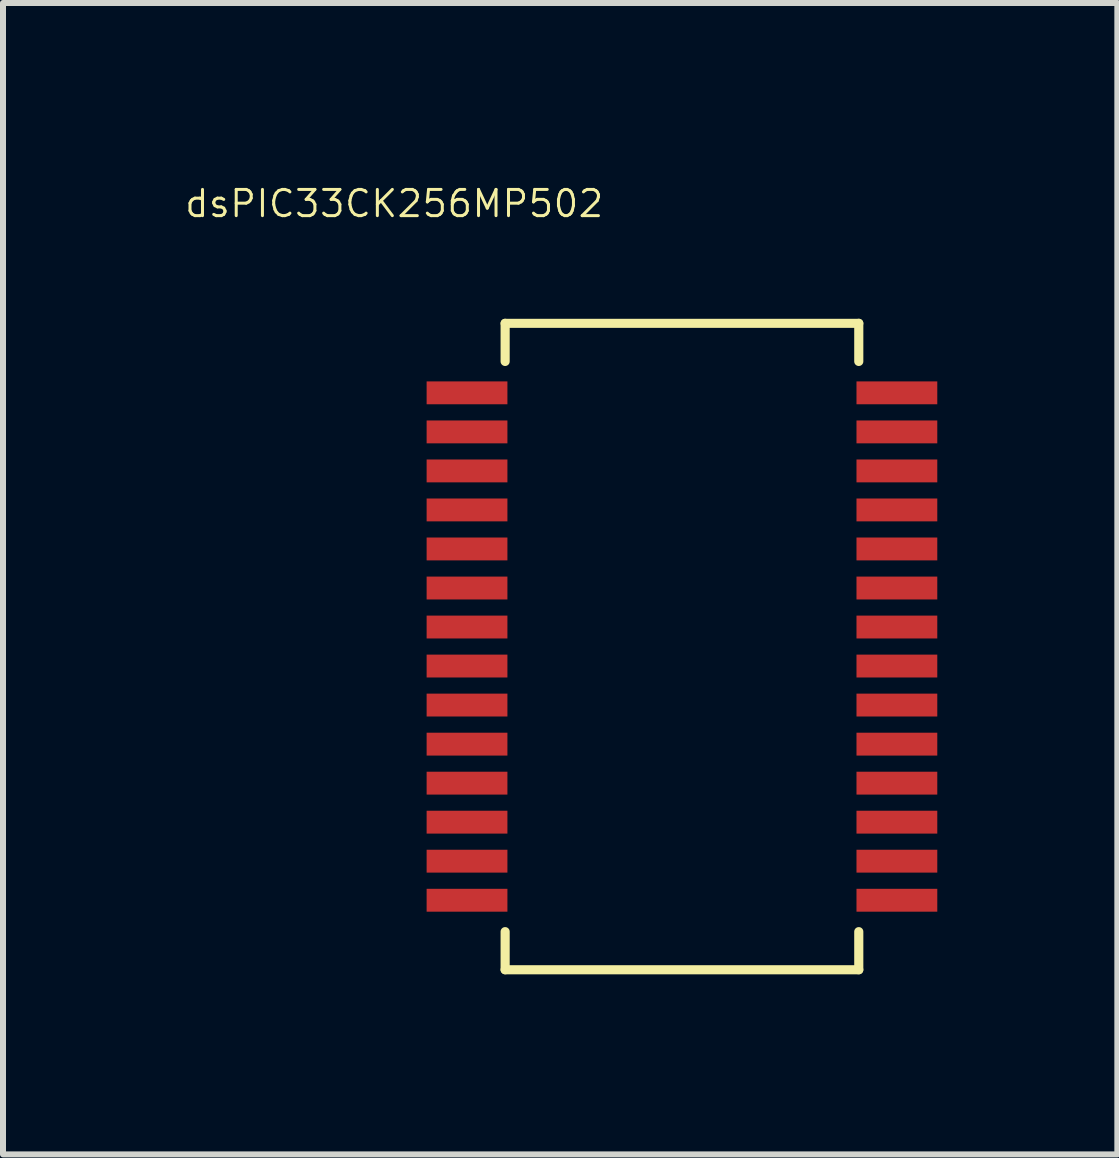
<source format=kicad_pcb>
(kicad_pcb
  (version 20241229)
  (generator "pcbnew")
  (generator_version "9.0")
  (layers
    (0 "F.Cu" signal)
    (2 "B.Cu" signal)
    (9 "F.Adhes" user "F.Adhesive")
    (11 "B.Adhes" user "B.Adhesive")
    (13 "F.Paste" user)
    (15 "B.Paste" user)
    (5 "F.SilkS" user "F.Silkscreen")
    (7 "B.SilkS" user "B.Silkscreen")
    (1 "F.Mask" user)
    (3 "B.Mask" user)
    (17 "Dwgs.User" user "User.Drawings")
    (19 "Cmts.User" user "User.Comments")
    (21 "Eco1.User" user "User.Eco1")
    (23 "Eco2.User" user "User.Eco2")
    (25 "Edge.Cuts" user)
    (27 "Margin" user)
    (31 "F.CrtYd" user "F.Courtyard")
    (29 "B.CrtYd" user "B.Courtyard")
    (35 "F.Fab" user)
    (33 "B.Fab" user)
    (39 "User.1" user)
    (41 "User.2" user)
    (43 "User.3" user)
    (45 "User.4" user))
  (footprint "dsPIC33CK256MP502"
    (layer "F.Cu")
    (at 8.312 7.722)
    (property "Reference" "dsPIC33CK256MP502" (at -4.794 -7.379 0) (layer "F.SilkS") (effects (font (size 0.437 0.437) (thickness 0.05))))
    (attr smd)
    (fp_line (start -2.946 -5.385) (end -2.946 -4.75) (stroke (width 0.152) (type solid)) (layer "F.SilkS"))
    (fp_line (start -2.946 4.75) (end -2.946 5.385) (stroke (width 0.152) (type solid)) (layer "F.SilkS"))
    (fp_line (start -2.946 5.385) (end 2.946 5.385) (stroke (width 0.152) (type solid)) (layer "F.SilkS"))
    (fp_line (start 2.946 -5.385) (end -2.946 -5.385) (stroke (width 0.152) (type solid)) (layer "F.SilkS"))
    (fp_line (start 2.946 -4.75) (end 2.946 -5.385) (stroke (width 0.152) (type solid)) (layer "F.SilkS"))
    (fp_line (start 2.946 5.385) (end 2.946 4.75) (stroke (width 0.152) (type solid)) (layer "F.SilkS"))
    (fp_line (start -4.115 -4.42) (end -4.115 -4.039) (stroke (width 0.152) (type solid)) (layer "Eco2.User"))
    (fp_line (start -4.115 -4.039) (end -2.794 -4.039) (stroke (width 0.152) (type solid)) (layer "Eco2.User"))
    (fp_line (start -4.115 -3.759) (end -4.115 -3.378) (stroke (width 0.152) (type solid)) (layer "Eco2.User"))
    (fp_line (start -4.115 -3.378) (end -2.794 -3.378) (stroke (width 0.152) (type solid)) (layer "Eco2.User"))
    (fp_line (start -4.115 -3.124) (end -4.115 -2.743) (stroke (width 0.152) (type solid)) (layer "Eco2.User"))
    (fp_line (start -4.115 -2.743) (end -2.794 -2.743) (stroke (width 0.152) (type solid)) (layer "Eco2.User"))
    (fp_line (start -4.115 -2.464) (end -4.115 -2.083) (stroke (width 0.152) (type solid)) (layer "Eco2.User"))
    (fp_line (start -4.115 -2.083) (end -2.794 -2.083) (stroke (width 0.152) (type solid)) (layer "Eco2.User"))
    (fp_line (start -4.115 -1.829) (end -4.115 -1.448) (stroke (width 0.152) (type solid)) (layer "Eco2.User"))
    (fp_line (start -4.115 -1.448) (end -2.794 -1.448) (stroke (width 0.152) (type solid)) (layer "Eco2.User"))
    (fp_line (start -4.115 -1.168) (end -4.115 -0.787) (stroke (width 0.152) (type solid)) (layer "Eco2.User"))
    (fp_line (start -4.115 -0.787) (end -2.794 -0.787) (stroke (width 0.152) (type solid)) (layer "Eco2.User"))
    (fp_line (start -4.115 -0.508) (end -4.115 -0.127) (stroke (width 0.152) (type solid)) (layer "Eco2.User"))
    (fp_line (start -4.115 -0.127) (end -2.794 -0.127) (stroke (width 0.152) (type solid)) (layer "Eco2.User"))
    (fp_line (start -4.115 0.127) (end -4.115 0.508) (stroke (width 0.152) (type solid)) (layer "Eco2.User"))
    (fp_line (start -4.115 0.508) (end -2.794 0.508) (stroke (width 0.152) (type solid)) (layer "Eco2.User"))
    (fp_line (start -4.115 0.787) (end -4.115 1.168) (stroke (width 0.152) (type solid)) (layer "Eco2.User"))
    (fp_line (start -4.115 1.168) (end -2.794 1.168) (stroke (width 0.152) (type solid)) (layer "Eco2.User"))
    (fp_line (start -4.115 1.448) (end -4.115 1.829) (stroke (width 0.152) (type solid)) (layer "Eco2.User"))
    (fp_line (start -4.115 1.829) (end -2.794 1.829) (stroke (width 0.152) (type solid)) (layer "Eco2.User"))
    (fp_line (start -4.115 2.083) (end -4.115 2.464) (stroke (width 0.152) (type solid)) (layer "Eco2.User"))
    (fp_line (start -4.115 2.464) (end -2.794 2.464) (stroke (width 0.152) (type solid)) (layer "Eco2.User"))
    (fp_line (start -4.115 2.743) (end -4.115 3.124) (stroke (width 0.152) (type solid)) (layer "Eco2.User"))
    (fp_line (start -4.115 3.124) (end -2.794 3.124) (stroke (width 0.152) (type solid)) (layer "Eco2.User"))
    (fp_line (start -4.115 3.378) (end -4.115 3.759) (stroke (width 0.152) (type solid)) (layer "Eco2.User"))
    (fp_line (start -4.115 3.759) (end -2.794 3.759) (stroke (width 0.152) (type solid)) (layer "Eco2.User"))
    (fp_line (start -4.115 4.039) (end -4.115 4.42) (stroke (width 0.152) (type solid)) (layer "Eco2.User"))
    (fp_line (start -4.115 4.42) (end -2.794 4.42) (stroke (width 0.152) (type solid)) (layer "Eco2.User"))
    (fp_line (start -2.794 -5.232) (end -2.794 5.232) (stroke (width 0.152) (type solid)) (layer "Eco2.User"))
    (fp_line (start -2.794 -4.42) (end -4.115 -4.42) (stroke (width 0.152) (type solid)) (layer "Eco2.User"))
    (fp_line (start -2.794 -4.039) (end -2.794 -4.42) (stroke (width 0.152) (type solid)) (layer "Eco2.User"))
    (fp_line (start -2.794 -3.759) (end -4.115 -3.759) (stroke (width 0.152) (type solid)) (layer "Eco2.User"))
    (fp_line (start -2.794 -3.378) (end -2.794 -3.759) (stroke (width 0.152) (type solid)) (layer "Eco2.User"))
    (fp_line (start -2.794 -3.124) (end -4.115 -3.124) (stroke (width 0.152) (type solid)) (layer "Eco2.User"))
    (fp_line (start -2.794 -2.743) (end -2.794 -3.124) (stroke (width 0.152) (type solid)) (layer "Eco2.User"))
    (fp_line (start -2.794 -2.464) (end -4.115 -2.464) (stroke (width 0.152) (type solid)) (layer "Eco2.User"))
    (fp_line (start -2.794 -2.083) (end -2.794 -2.464) (stroke (width 0.152) (type solid)) (layer "Eco2.User"))
    (fp_line (start -2.794 -1.829) (end -4.115 -1.829) (stroke (width 0.152) (type solid)) (layer "Eco2.User"))
    (fp_line (start -2.794 -1.448) (end -2.794 -1.829) (stroke (width 0.152) (type solid)) (layer "Eco2.User"))
    (fp_line (start -2.794 -1.168) (end -4.115 -1.168) (stroke (width 0.152) (type solid)) (layer "Eco2.User"))
    (fp_line (start -2.794 -0.787) (end -2.794 -1.168) (stroke (width 0.152) (type solid)) (layer "Eco2.User"))
    (fp_line (start -2.794 -0.508) (end -4.115 -0.508) (stroke (width 0.152) (type solid)) (layer "Eco2.User"))
    (fp_line (start -2.794 -0.127) (end -2.794 -0.508) (stroke (width 0.152) (type solid)) (layer "Eco2.User"))
    (fp_line (start -2.794 0.127) (end -4.115 0.127) (stroke (width 0.152) (type solid)) (layer "Eco2.User"))
    (fp_line (start -2.794 0.508) (end -2.794 0.127) (stroke (width 0.152) (type solid)) (layer "Eco2.User"))
    (fp_line (start -2.794 0.787) (end -4.115 0.787) (stroke (width 0.152) (type solid)) (layer "Eco2.User"))
    (fp_line (start -2.794 1.168) (end -2.794 0.787) (stroke (width 0.152) (type solid)) (layer "Eco2.User"))
    (fp_line (start -2.794 1.422) (end -4.115 1.448) (stroke (width 0.152) (type solid)) (layer "Eco2.User"))
    (fp_line (start -2.794 1.829) (end -2.794 1.422) (stroke (width 0.152) (type solid)) (layer "Eco2.User"))
    (fp_line (start -2.794 2.083) (end -4.115 2.083) (stroke (width 0.152) (type solid)) (layer "Eco2.User"))
    (fp_line (start -2.794 2.464) (end -2.794 2.083) (stroke (width 0.152) (type solid)) (layer "Eco2.User"))
    (fp_line (start -2.794 2.743) (end -4.115 2.743) (stroke (width 0.152) (type solid)) (layer "Eco2.User"))
    (fp_line (start -2.794 3.124) (end -2.794 2.743) (stroke (width 0.152) (type solid)) (layer "Eco2.User"))
    (fp_line (start -2.794 3.378) (end -4.115 3.378) (stroke (width 0.152) (type solid)) (layer "Eco2.User"))
    (fp_line (start -2.794 3.759) (end -2.794 3.378) (stroke (width 0.152) (type solid)) (layer "Eco2.User"))
    (fp_line (start -2.794 4.039) (end -4.115 4.039) (stroke (width 0.152) (type solid)) (layer "Eco2.User"))
    (fp_line (start -2.794 4.42) (end -2.794 4.039) (stroke (width 0.152) (type solid)) (layer "Eco2.User"))
    (fp_line (start -2.794 5.232) (end 2.794 5.232) (stroke (width 0.152) (type solid)) (layer "Eco2.User"))
    (fp_line (start -0.305 -5.232) (end -2.794 -5.232) (stroke (width 0.152) (type solid)) (layer "Eco2.User"))
    (fp_line (start 2.794 -5.232) (end -0.305 -5.232) (stroke (width 0.152) (type solid)) (layer "Eco2.User"))
    (fp_line (start 2.794 -4.42) (end 2.794 -4.039) (stroke (width 0.152) (type solid)) (layer "Eco2.User"))
    (fp_line (start 2.794 -4.039) (end 4.115 -4.039) (stroke (width 0.152) (type solid)) (layer "Eco2.User"))
    (fp_line (start 2.794 -3.759) (end 2.794 -3.378) (stroke (width 0.152) (type solid)) (layer "Eco2.User"))
    (fp_line (start 2.794 -3.378) (end 4.115 -3.378) (stroke (width 0.152) (type solid)) (layer "Eco2.User"))
    (fp_line (start 2.794 -3.124) (end 2.794 -2.743) (stroke (width 0.152) (type solid)) (layer "Eco2.User"))
    (fp_line (start 2.794 -2.743) (end 4.115 -2.743) (stroke (width 0.152) (type solid)) (layer "Eco2.User"))
    (fp_line (start 2.794 -2.464) (end 2.794 -2.083) (stroke (width 0.152) (type solid)) (layer "Eco2.User"))
    (fp_line (start 2.794 -2.083) (end 4.115 -2.083) (stroke (width 0.152) (type solid)) (layer "Eco2.User"))
    (fp_line (start 2.794 -1.829) (end 2.794 -1.448) (stroke (width 0.152) (type solid)) (layer "Eco2.User"))
    (fp_line (start 2.794 -1.448) (end 4.115 -1.448) (stroke (width 0.152) (type solid)) (layer "Eco2.User"))
    (fp_line (start 2.794 -1.168) (end 2.794 -0.787) (stroke (width 0.152) (type solid)) (layer "Eco2.User"))
    (fp_line (start 2.794 -0.787) (end 4.115 -0.787) (stroke (width 0.152) (type solid)) (layer "Eco2.User"))
    (fp_line (start 2.794 -0.508) (end 2.794 -0.127) (stroke (width 0.152) (type solid)) (layer "Eco2.User"))
    (fp_line (start 2.794 -0.127) (end 4.115 -0.127) (stroke (width 0.152) (type solid)) (layer "Eco2.User"))
    (fp_line (start 2.794 0.127) (end 2.794 0.508) (stroke (width 0.152) (type solid)) (layer "Eco2.User"))
    (fp_line (start 2.794 0.508) (end 4.115 0.508) (stroke (width 0.152) (type solid)) (layer "Eco2.User"))
    (fp_line (start 2.794 0.787) (end 2.794 1.168) (stroke (width 0.152) (type solid)) (layer "Eco2.User"))
    (fp_line (start 2.794 1.168) (end 4.115 1.168) (stroke (width 0.152) (type solid)) (layer "Eco2.User"))
    (fp_line (start 2.794 1.422) (end 2.794 1.803) (stroke (width 0.152) (type solid)) (layer "Eco2.User"))
    (fp_line (start 2.794 1.803) (end 4.115 1.803) (stroke (width 0.152) (type solid)) (layer "Eco2.User"))
    (fp_line (start 2.794 2.083) (end 2.794 2.464) (stroke (width 0.152) (type solid)) (layer "Eco2.User"))
    (fp_line (start 2.794 2.464) (end 4.115 2.464) (stroke (width 0.152) (type solid)) (layer "Eco2.User"))
    (fp_line (start 2.794 2.743) (end 2.794 3.124) (stroke (width 0.152) (type solid)) (layer "Eco2.User"))
    (fp_line (start 2.794 3.124) (end 4.115 3.124) (stroke (width 0.152) (type solid)) (layer "Eco2.User"))
    (fp_line (start 2.794 3.378) (end 2.794 3.759) (stroke (width 0.152) (type solid)) (layer "Eco2.User"))
    (fp_line (start 2.794 3.759) (end 4.115 3.759) (stroke (width 0.152) (type solid)) (layer "Eco2.User"))
    (fp_line (start 2.794 4.039) (end 2.794 4.42) (stroke (width 0.152) (type solid)) (layer "Eco2.User"))
    (fp_line (start 2.794 4.42) (end 4.115 4.42) (stroke (width 0.152) (type solid)) (layer "Eco2.User"))
    (fp_line (start 2.794 5.232) (end 2.794 -5.232) (stroke (width 0.152) (type solid)) (layer "Eco2.User"))
    (fp_line (start 4.115 -4.42) (end 2.794 -4.42) (stroke (width 0.152) (type solid)) (layer "Eco2.User"))
    (fp_line (start 4.115 -4.039) (end 4.115 -4.42) (stroke (width 0.152) (type solid)) (layer "Eco2.User"))
    (fp_line (start 4.115 -3.759) (end 2.794 -3.759) (stroke (width 0.152) (type solid)) (layer "Eco2.User"))
    (fp_line (start 4.115 -3.378) (end 4.115 -3.759) (stroke (width 0.152) (type solid)) (layer "Eco2.User"))
    (fp_line (start 4.115 -3.124) (end 2.794 -3.124) (stroke (width 0.152) (type solid)) (layer "Eco2.User"))
    (fp_line (start 4.115 -2.743) (end 4.115 -3.124) (stroke (width 0.152) (type solid)) (layer "Eco2.User"))
    (fp_line (start 4.115 -2.464) (end 2.794 -2.464) (stroke (width 0.152) (type solid)) (layer "Eco2.User"))
    (fp_line (start 4.115 -2.083) (end 4.115 -2.464) (stroke (width 0.152) (type solid)) (layer "Eco2.User"))
    (fp_line (start 4.115 -1.829) (end 2.794 -1.829) (stroke (width 0.152) (type solid)) (layer "Eco2.User"))
    (fp_line (start 4.115 -1.448) (end 4.115 -1.829) (stroke (width 0.152) (type solid)) (layer "Eco2.User"))
    (fp_line (start 4.115 -1.168) (end 2.794 -1.168) (stroke (width 0.152) (type solid)) (layer "Eco2.User"))
    (fp_line (start 4.115 -0.787) (end 4.115 -1.168) (stroke (width 0.152) (type solid)) (layer "Eco2.User"))
    (fp_line (start 4.115 -0.508) (end 2.794 -0.508) (stroke (width 0.152) (type solid)) (layer "Eco2.User"))
    (fp_line (start 4.115 -0.127) (end 4.115 -0.508) (stroke (width 0.152) (type solid)) (layer "Eco2.User"))
    (fp_line (start 4.115 0.127) (end 2.794 0.127) (stroke (width 0.152) (type solid)) (layer "Eco2.User"))
    (fp_line (start 4.115 0.508) (end 4.115 0.127) (stroke (width 0.152) (type solid)) (layer "Eco2.User"))
    (fp_line (start 4.115 0.787) (end 2.794 0.787) (stroke (width 0.152) (type solid)) (layer "Eco2.User"))
    (fp_line (start 4.115 1.168) (end 4.115 0.787) (stroke (width 0.152) (type solid)) (layer "Eco2.User"))
    (fp_line (start 4.115 1.422) (end 2.794 1.422) (stroke (width 0.152) (type solid)) (layer "Eco2.User"))
    (fp_line (start 4.115 1.803) (end 4.115 1.422) (stroke (width 0.152) (type solid)) (layer "Eco2.User"))
    (fp_line (start 4.115 2.083) (end 2.794 2.083) (stroke (width 0.152) (type solid)) (layer "Eco2.User"))
    (fp_line (start 4.115 2.464) (end 4.115 2.083) (stroke (width 0.152) (type solid)) (layer "Eco2.User"))
    (fp_line (start 4.115 2.743) (end 2.794 2.743) (stroke (width 0.152) (type solid)) (layer "Eco2.User"))
    (fp_line (start 4.115 3.124) (end 4.115 2.743) (stroke (width 0.152) (type solid)) (layer "Eco2.User"))
    (fp_line (start 4.115 3.378) (end 2.794 3.378) (stroke (width 0.152) (type solid)) (layer "Eco2.User"))
    (fp_line (start 4.115 3.759) (end 4.115 3.378) (stroke (width 0.152) (type solid)) (layer "Eco2.User"))
    (fp_line (start 4.115 4.039) (end 2.794 4.039) (stroke (width 0.152) (type solid)) (layer "Eco2.User"))
    (fp_line (start 4.115 4.42) (end 4.115 4.039) (stroke (width 0.152) (type solid)) (layer "Eco2.User"))
    (fp_arc (start 0.3048 -5.2578) (mid 0.0127 -4.9403) (end -0.3048 -5.2324) (stroke (width 0.1524) (type solid)) (layer "Eco2.User"))
    (pad "1" smd rect (at -3.581 -4.227) (size 1.346 0.381) (layers "F.Cu" "F.Mask" "F.Paste"))
    (pad "2" smd rect (at -3.581 -3.576) (size 1.346 0.381) (layers "F.Cu" "F.Mask" "F.Paste"))
    (pad "3" smd rect (at -3.581 -2.926) (size 1.346 0.381) (layers "F.Cu" "F.Mask" "F.Paste"))
    (pad "4" smd rect (at -3.581 -2.276) (size 1.346 0.381) (layers "F.Cu" "F.Mask" "F.Paste"))
    (pad "5" smd rect (at -3.581 -1.626) (size 1.346 0.381) (layers "F.Cu" "F.Mask" "F.Paste"))
    (pad "6" smd rect (at -3.581 -0.975) (size 1.346 0.381) (layers "F.Cu" "F.Mask" "F.Paste"))
    (pad "7" smd rect (at -3.581 -0.325) (size 1.346 0.381) (layers "F.Cu" "F.Mask" "F.Paste"))
    (pad "8" smd rect (at -3.581 0.325) (size 1.346 0.381) (layers "F.Cu" "F.Mask" "F.Paste"))
    (pad "9" smd rect (at -3.581 0.975) (size 1.346 0.381) (layers "F.Cu" "F.Mask" "F.Paste"))
    (pad "10" smd rect (at -3.581 1.626) (size 1.346 0.381) (layers "F.Cu" "F.Mask" "F.Paste"))
    (pad "11" smd rect (at -3.581 2.276) (size 1.346 0.381) (layers "F.Cu" "F.Mask" "F.Paste"))
    (pad "12" smd rect (at -3.581 2.926) (size 1.346 0.381) (layers "F.Cu" "F.Mask" "F.Paste"))
    (pad "13" smd rect (at -3.581 3.576) (size 1.346 0.381) (layers "F.Cu" "F.Mask" "F.Paste"))
    (pad "14" smd rect (at -3.581 4.227) (size 1.346 0.381) (layers "F.Cu" "F.Mask" "F.Paste"))
    (pad "15" smd rect (at 3.581 4.227) (size 1.346 0.381) (layers "F.Cu" "F.Mask" "F.Paste"))
    (pad "16" smd rect (at 3.581 3.576) (size 1.346 0.381) (layers "F.Cu" "F.Mask" "F.Paste"))
    (pad "17" smd rect (at 3.581 2.926) (size 1.346 0.381) (layers "F.Cu" "F.Mask" "F.Paste"))
    (pad "18" smd rect (at 3.581 2.276) (size 1.346 0.381) (layers "F.Cu" "F.Mask" "F.Paste"))
    (pad "19" smd rect (at 3.581 1.626) (size 1.346 0.381) (layers "F.Cu" "F.Mask" "F.Paste"))
    (pad "20" smd rect (at 3.581 0.975) (size 1.346 0.381) (layers "F.Cu" "F.Mask" "F.Paste"))
    (pad "21" smd rect (at 3.581 0.325) (size 1.346 0.381) (layers "F.Cu" "F.Mask" "F.Paste"))
    (pad "22" smd rect (at 3.581 -0.325) (size 1.346 0.381) (layers "F.Cu" "F.Mask" "F.Paste"))
    (pad "23" smd rect (at 3.581 -0.975) (size 1.346 0.381) (layers "F.Cu" "F.Mask" "F.Paste"))
    (pad "24" smd rect (at 3.581 -1.626) (size 1.346 0.381) (layers "F.Cu" "F.Mask" "F.Paste"))
    (pad "25" smd rect (at 3.581 -2.276) (size 1.346 0.381) (layers "F.Cu" "F.Mask" "F.Paste"))
    (pad "26" smd rect (at 3.581 -2.926) (size 1.346 0.381) (layers "F.Cu" "F.Mask" "F.Paste"))
    (pad "27" smd rect (at 3.581 -3.576) (size 1.346 0.381) (layers "F.Cu" "F.Mask" "F.Paste"))
    (pad "28" smd rect (at 3.581 -4.227) (size 1.346 0.381) (layers "F.Cu" "F.Mask" "F.Paste")))
  (gr_rect
    (start -3 -3)
    (end 15.566 16.183)
    (stroke (width 0.1) (type default))
    (fill no)
    (layer "Edge.Cuts")))
</source>
